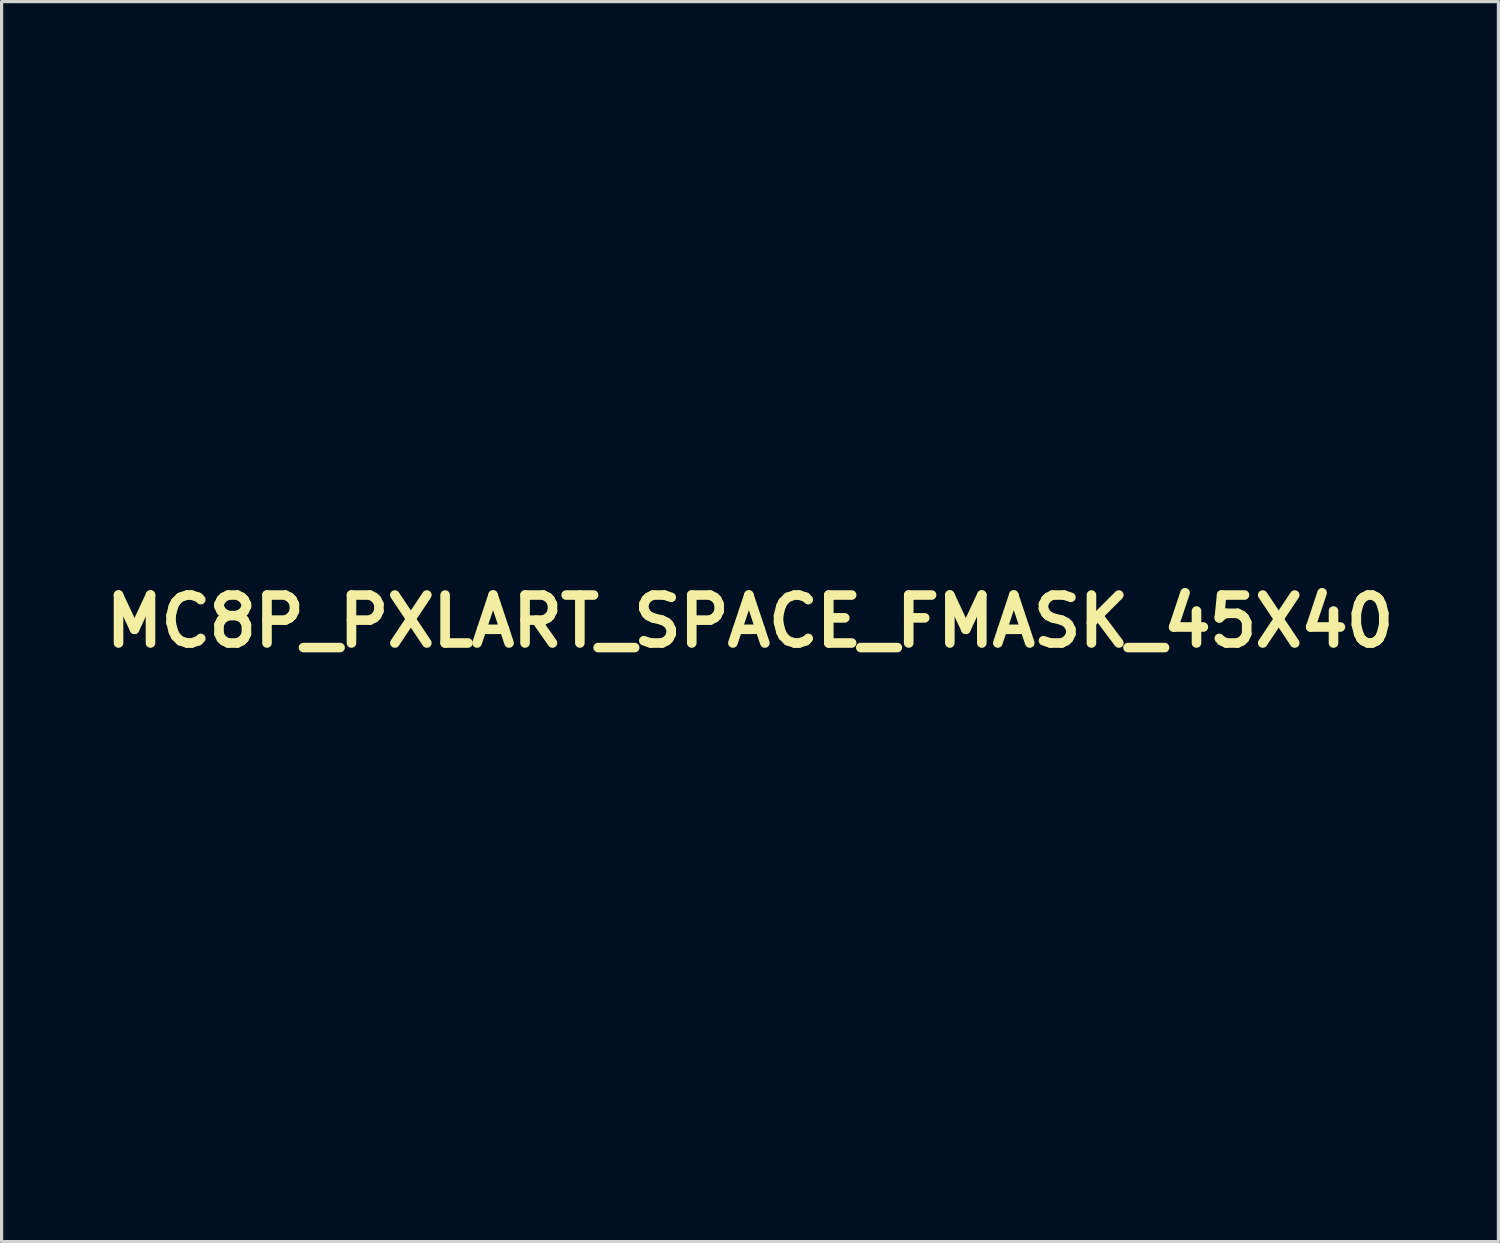
<source format=kicad_pcb>
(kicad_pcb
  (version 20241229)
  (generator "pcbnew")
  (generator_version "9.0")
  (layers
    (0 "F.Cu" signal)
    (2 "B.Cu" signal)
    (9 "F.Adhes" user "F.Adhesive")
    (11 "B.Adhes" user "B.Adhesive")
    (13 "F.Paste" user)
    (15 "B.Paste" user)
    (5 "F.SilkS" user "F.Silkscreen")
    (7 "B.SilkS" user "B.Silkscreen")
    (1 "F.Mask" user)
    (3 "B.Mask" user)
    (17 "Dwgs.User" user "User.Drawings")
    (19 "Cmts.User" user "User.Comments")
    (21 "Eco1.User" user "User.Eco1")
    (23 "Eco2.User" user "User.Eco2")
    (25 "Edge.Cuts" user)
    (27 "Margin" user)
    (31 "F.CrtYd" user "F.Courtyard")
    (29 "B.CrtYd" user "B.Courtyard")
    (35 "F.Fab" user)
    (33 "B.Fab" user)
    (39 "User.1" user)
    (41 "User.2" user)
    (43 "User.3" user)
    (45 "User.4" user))
  (footprint "MC8P_PXLART_SPACE_FMASK_45X40"
    (layer "F.Cu")
    (at 20.407 16.382)
    (property "Reference" "MC8P_PXLART_SPACE_FMASK_45X40" (at 0 0 0) (layer "F.SilkS") (effects (font (size 1.5 1.5) (thickness 0.3))))
    (attr board_only exclude_from_pos_files exclude_from_bom)
    (fp_poly (pts (xy -12.36 2.357) (xy -12.36 2.591) (xy -12.594 2.591) (xy -12.827 2.591) (xy -12.827 2.357) (xy -12.827 2.124) (xy -12.594 2.124) (xy -12.36 2.124)) (stroke (width 0) (type solid)) (fill yes) (layer "F.Mask"))
    (fp_poly (pts (xy -2.888 -13.231) (xy -2.888 -12.997) (xy -3.143 -12.997) (xy -3.398 -12.997) (xy -3.398 -13.231) (xy -3.398 -13.465) (xy -3.141 -13.465) (xy -2.888 -13.465)) (stroke (width 0) (type solid)) (fill yes) (layer "F.Mask"))
    (fp_poly (pts (xy -0.977 -13.231) (xy -0.977 -12.997) (xy -1.211 -12.997) (xy -1.444 -12.997) (xy -1.444 -13.231) (xy -1.444 -13.465) (xy -1.211 -13.465) (xy -0.977 -13.465)) (stroke (width 0) (type solid)) (fill yes) (layer "F.Mask"))
    (fp_poly (pts (xy -0.467 -8.856) (xy -0.467 -8.622) (xy -0.956 -8.622) (xy -1.444 -8.622) (xy -1.444 -8.856) (xy -1.444 -9.09) (xy -0.956 -9.09) (xy -0.467 -9.09)) (stroke (width 0) (type solid)) (fill yes) (layer "F.Mask"))
    (fp_poly (pts (xy 0.977 -7.178) (xy 0.977 -6.711) (xy 0.722 -6.711) (xy 0.467 -6.711) (xy 0.467 -7.178) (xy 0.467 -7.645) (xy 0.722 -7.645) (xy 0.977 -7.645)) (stroke (width 0) (type solid)) (fill yes) (layer "F.Mask"))
    (fp_poly (pts (xy 2.421 -14.208) (xy 2.421 -13.974) (xy 2.187 -13.974) (xy 1.954 -13.974) (xy 1.954 -14.208) (xy 1.954 -14.441) (xy 2.187 -14.441) (xy 2.421 -14.441)) (stroke (width 0) (type solid)) (fill yes) (layer "F.Mask"))
    (fp_poly (pts (xy 2.421 -11.298) (xy 2.421 -11.043) (xy 2.187 -11.043) (xy 1.954 -11.043) (xy 1.954 -11.298) (xy 1.954 -11.553) (xy 2.187 -11.553) (xy 2.421 -11.553)) (stroke (width 0) (type solid)) (fill yes) (layer "F.Mask"))
    (fp_poly (pts (xy 2.888 -8.867) (xy 2.888 -8.622) (xy 2.421 -8.622) (xy 1.954 -8.622) (xy 1.954 -8.853) (xy 1.954 -9.084) (xy 2.421 -9.098) (xy 2.888 -9.111)) (stroke (width 0) (type solid)) (fill yes) (layer "F.Mask"))
    (fp_poly (pts (xy 3.865 -12.742) (xy 3.865 -12.488) (xy 3.632 -12.488) (xy 3.398 -12.488) (xy 3.398 -12.742) (xy 3.398 -12.997) (xy 3.632 -12.997) (xy 3.865 -12.997)) (stroke (width 0) (type solid)) (fill yes) (layer "F.Mask"))
    (fp_poly (pts (xy 13.295 -10.343) (xy 13.295 -9.132) (xy 13.061 -9.132) (xy 12.827 -9.132) (xy 12.827 -10.347) (xy 12.827 -11.553) (xy 13.061 -11.553) (xy 13.295 -11.553)) (stroke (width 0) (type solid)) (fill yes) (layer "F.Mask"))
    (fp_poly (pts (xy -10.406 -11.789) (xy -10.406 -11.558) (xy -10.629 -11.545) (xy -10.852 -11.532) (xy -10.874 -11.298) (xy -10.895 -11.065) (xy -11.139 -11.052) (xy -11.383 -11.039) (xy -11.383 -11.53) (xy -11.383 -12.02) (xy -10.895 -12.02) (xy -10.406 -12.02)) (stroke (width 0) (type solid)) (fill yes) (layer "F.Mask"))
    (fp_poly (pts (xy -7.518 -9.599) (xy -7.518 -9.132) (xy -7.752 -9.132) (xy -7.985 -9.132) (xy -7.985 -8.877) (xy -7.985 -8.622) (xy -8.474 -8.622) (xy -8.962 -8.622) (xy -8.962 -9.344) (xy -8.962 -10.067) (xy -8.24 -10.067) (xy -7.518 -10.067)) (stroke (width 0) (type solid)) (fill yes) (layer "F.Mask"))
    (fp_poly (pts (xy 0.977 -12.745) (xy 0.977 -12.488) (xy 0.742 -12.488) (xy 0.582 -12.497) (xy 0.498 -12.528) (xy 0.484 -12.546) (xy 0.473 -12.623) (xy 0.473 -12.745) (xy 0.475 -12.791) (xy 0.488 -12.976) (xy 0.733 -12.989) (xy 0.977 -13.002)) (stroke (width 0) (type solid)) (fill yes) (layer "F.Mask"))
    (fp_poly (pts (xy 8.121 7.55) (xy 8.134 7.794) (xy 8.612 7.806) (xy 9.09 7.818) (xy 9.09 8.05) (xy 9.09 8.283) (xy 8.368 8.283) (xy 7.645 8.283) (xy 7.645 7.794) (xy 7.645 7.306) (xy 7.879 7.306) (xy 8.108 7.306)) (stroke (width 0) (type solid)) (fill yes) (layer "F.Mask"))
    (fp_poly (pts (xy 11.001 7.794) (xy 11.001 8.283) (xy 10.279 8.283) (xy 9.557 8.283) (xy 9.557 8.05) (xy 9.557 7.818) (xy 10.035 7.806) (xy 10.513 7.794) (xy 10.525 7.55) (xy 10.538 7.306) (xy 10.767 7.306) (xy 11.001 7.306)) (stroke (width 0) (type solid)) (fill yes) (layer "F.Mask"))
    (fp_poly (pts (xy -13.295 7.302) (xy -13.295 7.765) (xy -13.532 7.78) (xy -13.665 7.785) (xy -13.758 7.782) (xy -13.787 7.776) (xy -13.794 7.729) (xy -13.8 7.615) (xy -13.803 7.453) (xy -13.804 7.299) (xy -13.804 6.838) (xy -13.549 6.838) (xy -13.295 6.838)) (stroke (width 0) (type solid)) (fill yes) (layer "F.Mask"))
    (fp_poly (pts (xy 0.977 -10.555) (xy 0.977 -10.067) (xy 0.75 -10.067) (xy 0.618 -10.071) (xy 0.523 -10.084) (xy 0.496 -10.095) (xy 0.484 -10.147) (xy 0.475 -10.264) (xy 0.469 -10.43) (xy 0.467 -10.583) (xy 0.467 -11.043) (xy 0.722 -11.043) (xy 0.977 -11.043)) (stroke (width 0) (type solid)) (fill yes) (layer "F.Mask"))
    (fp_poly (pts (xy -2.88 -14.197) (xy -2.867 -13.953) (xy -2.644 -13.94) (xy -2.421 -13.927) (xy -2.421 -13.694) (xy -2.421 -13.465) (xy -2.655 -13.465) (xy -2.884 -13.465) (xy -2.897 -13.709) (xy -2.91 -13.953) (xy -3.387 -13.965) (xy -3.865 -13.977) (xy -3.865 -14.209) (xy -3.865 -14.441) (xy -3.377 -14.441) (xy -2.893 -14.441)) (stroke (width 0) (type solid)) (fill yes) (layer "F.Mask"))
    (fp_poly (pts (xy 8.962 -12.254) (xy 8.962 -12.02) (xy 8.474 -12.02) (xy 7.985 -12.02) (xy 7.985 -11.53) (xy 7.985 -11.043) (xy 7.752 -11.043) (xy 7.518 -11.043) (xy 7.518 -11.532) (xy 7.518 -12.02) (xy 7.752 -12.02) (xy 7.985 -12.02) (xy 7.985 -12.254) (xy 7.985 -12.488) (xy 8.474 -12.488) (xy 8.962 -12.488)) (stroke (width 0) (type solid)) (fill yes) (layer "F.Mask"))
    (fp_poly (pts (xy 9.429 -11.532) (xy 9.429 -11.043) (xy 9.196 -11.043) (xy 8.962 -11.043) (xy 8.962 -10.81) (xy 8.962 -10.576) (xy 8.474 -10.576) (xy 7.985 -10.576) (xy 7.985 -10.81) (xy 7.985 -11.039) (xy 8.23 -11.052) (xy 8.474 -11.065) (xy 8.478 -11.298) (xy 8.482 -11.532) (xy 8.722 -11.545) (xy 8.962 -11.557) (xy 8.962 -11.789) (xy 8.962 -12.02) (xy 9.196 -12.02) (xy 9.429 -12.02)) (stroke (width 0) (type solid)) (fill yes) (layer "F.Mask"))
    (fp_poly (pts (xy -0.467 -7.412) (xy -0.467 -7.178) (xy -0.234 -7.178) (xy -0.000001 -7.178) (xy -0.000001 -6.945) (xy -0.000001 -6.711) (xy -0.234 -6.711) (xy -0.467 -6.711) (xy -0.467 -6.456) (xy -0.467 -6.201) (xy -0.722 -6.201) (xy -0.977 -6.201) (xy -0.977 -6.456) (xy -0.977 -6.711) (xy -1.211 -6.711) (xy -1.444 -6.711) (xy -1.444 -6.945) (xy -1.444 -7.178) (xy -1.211 -7.178) (xy -0.977 -7.178) (xy -0.977 -7.412) (xy -0.977 -7.645) (xy -0.722 -7.645) (xy -0.467 -7.645)) (stroke (width 0) (type solid)) (fill yes) (layer "F.Mask"))
    (fp_poly (pts (xy 2.421 -13.231) (xy 2.421 -12.997) (xy 2.655 -12.997) (xy 2.888 -12.997) (xy 2.888 -12.742) (xy 2.888 -12.488) (xy 2.655 -12.488) (xy 2.421 -12.488) (xy 2.421 -12.254) (xy 2.421 -12.02) (xy 2.187 -12.02) (xy 1.954 -12.02) (xy 1.954 -12.254) (xy 1.954 -12.488) (xy 1.699 -12.488) (xy 1.444 -12.488) (xy 1.444 -12.742) (xy 1.444 -12.997) (xy 1.699 -12.997) (xy 1.954 -12.997) (xy 1.954 -13.231) (xy 1.954 -13.465) (xy 2.187 -13.465) (xy 2.421 -13.465)) (stroke (width 0) (type solid)) (fill yes) (layer "F.Mask"))
    (fp_poly (pts (xy 14.28 7.55) (xy 14.293 7.794) (xy 14.529 7.815) (xy 14.764 7.837) (xy 14.776 8.06) (xy 14.788 8.283) (xy 14.532 8.283) (xy 14.276 8.283) (xy 14.263 8.038) (xy 14.25 7.794) (xy 14.038 7.794) (xy 13.826 7.794) (xy 13.813 8.038) (xy 13.8 8.283) (xy 13.547 8.283) (xy 13.295 8.283) (xy 13.295 8.051) (xy 13.295 7.82) (xy 13.539 7.807) (xy 13.783 7.794) (xy 13.796 7.55) (xy 13.809 7.306) (xy 14.04 7.306) (xy 14.267 7.306)) (stroke (width 0) (type solid)) (fill yes) (layer "F.Mask"))
    (fp_poly (pts (xy 17.202 7.561) (xy 17.202 7.815) (xy 17.436 7.815) (xy 17.67 7.815) (xy 17.67 8.049) (xy 17.67 8.283) (xy 17.438 8.283) (xy 17.207 8.283) (xy 17.194 8.038) (xy 17.181 7.794) (xy 16.947 7.794) (xy 16.714 7.794) (xy 16.701 8.038) (xy 16.688 8.283) (xy 16.457 8.283) (xy 16.225 8.283) (xy 16.225 8.051) (xy 16.225 7.82) (xy 16.448 7.807) (xy 16.671 7.794) (xy 16.684 7.55) (xy 16.697 7.306) (xy 16.947 7.306) (xy 17.202 7.306)) (stroke (width 0) (type solid)) (fill yes) (layer "F.Mask"))
    (fp_poly (pts (xy -1.954 -15.645) (xy -1.954 -14.909) (xy -2.187 -14.909) (xy -2.421 -14.909) (xy -2.421 -14.675) (xy -2.421 -14.441) (xy -2.657 -14.441) (xy -2.888 -14.441) (xy -2.888 -14.673) (xy -2.888 -14.904) (xy -3.133 -14.917) (xy -3.377 -14.93) (xy -3.377 -15.164) (xy -3.377 -15.397) (xy -3.143 -15.397) (xy -2.91 -15.397) (xy -2.897 -15.153) (xy -2.884 -14.909) (xy -2.653 -14.909) (xy -2.421 -14.909) (xy -2.421 -15.631) (xy -2.42 -15.895) (xy -2.418 -16.086) (xy -2.411 -16.216) (xy -2.401 -16.296) (xy -2.384 -16.338) (xy -2.361 -16.354) (xy -2.347 -16.355) (xy -2.255 -16.36) (xy -2.13 -16.369) (xy -2.113 -16.37) (xy -1.954 -16.382)) (stroke (width 0) (type solid)) (fill yes) (layer "F.Mask"))
    (fp_poly (pts (xy -4.842 -5.479) (xy -4.842 -5.224) (xy -4.598 -5.224) (xy -4.354 -5.225) (xy -4.368 -4.991) (xy -4.383 -4.757) (xy -4.612 -4.757) (xy -4.842 -4.757) (xy -4.842 -4.524) (xy -4.842 -4.29) (xy -5.076 -4.29) (xy -5.309 -4.29) (xy -5.309 -4.524) (xy -5.309 -4.757) (xy -5.564 -4.757) (xy -5.819 -4.757) (xy -5.819 -4.989) (xy -5.819 -4.991) (xy -5.309 -4.991) (xy -5.309 -4.757) (xy -5.076 -4.757) (xy -4.842 -4.757) (xy -4.842 -4.991) (xy -4.842 -5.224) (xy -5.076 -5.224) (xy -5.309 -5.224) (xy -5.309 -4.991) (xy -5.819 -4.991) (xy -5.819 -5.22) (xy -5.575 -5.233) (xy -5.331 -5.246) (xy -5.318 -5.49) (xy -5.305 -5.734) (xy -5.074 -5.734) (xy -4.842 -5.734)) (stroke (width 0) (type solid)) (fill yes) (layer "F.Mask"))
    (fp_poly (pts (xy 0.977 -9.344) (xy 0.977 -9.09) (xy 1.211 -9.09) (xy 1.444 -9.09) (xy 1.444 -8.856) (xy 1.444 -8.622) (xy 1.211 -8.622) (xy 0.981 -8.622) (xy 0.968 -8.867) (xy 0.956 -9.111) (xy 0.722 -9.111) (xy 0.488 -9.111) (xy 0.475 -8.925) (xy 0.47 -8.769) (xy 0.494 -8.678) (xy 0.563 -8.635) (xy 0.692 -8.623) (xy 0.744 -8.622) (xy 0.977 -8.622) (xy 0.977 -8.389) (xy 0.977 -8.155) (xy 0.722 -8.155) (xy 0.467 -8.155) (xy 0.467 -8.389) (xy 0.467 -8.622) (xy 0.234 -8.622) (xy -0.000001 -8.622) (xy -0.000001 -8.856) (xy -0.000001 -9.09) (xy 0.234 -9.09) (xy 0.467 -9.09) (xy 0.467 -9.344) (xy 0.467 -9.599) (xy 0.722 -9.599) (xy 0.977 -9.599)) (stroke (width 0) (type solid)) (fill yes) (layer "F.Mask"))
    (fp_poly (pts (xy 11.383 -10.321) (xy 11.383 -10.067) (xy 10.661 -10.067) (xy 9.939 -10.067) (xy 9.939 -9.344) (xy 9.939 -8.622) (xy 10.404 -8.622) (xy 10.869 -8.622) (xy 10.882 -8.864) (xy 10.895 -9.106) (xy 11.139 -9.095) (xy 11.383 -9.083) (xy 11.383 -9.575) (xy 11.383 -10.067) (xy 11.617 -10.067) (xy 11.851 -10.067) (xy 11.851 -9.344) (xy 11.851 -8.622) (xy 11.617 -8.622) (xy 11.383 -8.622) (xy 11.383 -8.389) (xy 11.383 -8.155) (xy 10.661 -8.155) (xy 9.939 -8.155) (xy 9.939 -8.389) (xy 9.939 -8.622) (xy 9.684 -8.622) (xy 9.429 -8.622) (xy 9.429 -9.342) (xy 9.429 -10.062) (xy 9.674 -10.075) (xy 9.918 -10.088) (xy 9.931 -10.332) (xy 9.943 -10.576) (xy 10.663 -10.576) (xy 11.383 -10.576)) (stroke (width 0) (type solid)) (fill yes) (layer "F.Mask"))
    (fp_poly (pts (xy -0.977 -15.164) (xy -0.977 -14.909) (xy -1.211 -14.909) (xy -1.444 -14.909) (xy -1.444 -14.675) (xy -1.444 -14.441) (xy -0.956 -14.441) (xy -0.467 -14.441) (xy -0.467 -14.208) (xy -0.467 -13.974) (xy -0.956 -13.974) (xy -1.444 -13.974) (xy -1.444 -13.719) (xy -1.444 -13.465) (xy -1.699 -13.465) (xy -1.954 -13.465) (xy -1.954 -12.742) (xy -1.954 -12.02) (xy -2.187 -12.02) (xy -2.421 -12.02) (xy -2.421 -12.742) (xy -2.421 -13.46) (xy -2.177 -13.473) (xy -1.933 -13.486) (xy -1.933 -13.698) (xy -1.933 -13.911) (xy -1.699 -13.932) (xy -1.465 -13.953) (xy -1.453 -14.197) (xy -1.44 -14.441) (xy -1.686 -14.441) (xy -1.933 -14.441) (xy -1.918 -14.675) (xy -1.904 -14.909) (xy -1.674 -14.909) (xy -1.444 -14.909) (xy -1.444 -15.164) (xy -1.444 -15.418) (xy -1.211 -15.418) (xy -0.977 -15.418)) (stroke (width 0) (type solid)) (fill yes) (layer "F.Mask"))
    (fp_poly (pts (xy 7.624 5.617) (xy 7.624 5.84) (xy 7.868 5.853) (xy 8.113 5.866) (xy 8.113 5.63) (xy 8.113 5.394) (xy 9.323 5.394) (xy 10.534 5.394) (xy 10.534 5.628) (xy 10.534 5.862) (xy 10.767 5.862) (xy 11.001 5.862) (xy 11.001 5.628) (xy 11.001 5.394) (xy 11.256 5.394) (xy 11.511 5.394) (xy 11.511 5.628) (xy 11.511 5.862) (xy 11.256 5.862) (xy 11.001 5.862) (xy 11.001 6.35) (xy 11.001 6.838) (xy 10.767 6.838) (xy 10.534 6.838) (xy 10.534 7.072) (xy 10.534 7.306) (xy 9.323 7.306) (xy 8.113 7.306) (xy 8.113 7.072) (xy 8.113 6.838) (xy 7.88 6.838) (xy 7.648 6.838) (xy 7.636 6.361) (xy 7.636 6.35) (xy 8.58 6.35) (xy 8.58 6.838) (xy 8.835 6.838) (xy 9.09 6.838) (xy 9.09 6.35) (xy 9.09 6.095) (xy 9.557 6.095) (xy 9.557 6.329) (xy 9.812 6.329) (xy 10.067 6.329) (xy 10.067 6.095) (xy 10.067 5.862) (xy 9.812 5.862) (xy 9.557 5.862) (xy 9.557 6.095) (xy 9.09 6.095) (xy 9.09 5.862) (xy 8.835 5.862) (xy 8.58 5.862) (xy 8.58 6.35) (xy 7.636 6.35) (xy 7.624 5.883) (xy 7.38 5.87) (xy 7.136 5.857) (xy 7.136 5.626) (xy 7.136 5.394) (xy 7.38 5.394) (xy 7.624 5.394)) (stroke (width 0) (type solid)) (fill yes) (layer "F.Mask"))
    (fp_poly (pts (xy 14.28 5.129) (xy 14.293 5.373) (xy 15.493 5.384) (xy 16.693 5.396) (xy 16.693 5.14) (xy 16.693 4.885) (xy 16.947 4.885) (xy 17.202 4.885) (xy 17.202 5.143) (xy 17.202 5.4) (xy 16.958 5.389) (xy 16.714 5.378) (xy 16.701 5.62) (xy 16.688 5.862) (xy 16.945 5.862) (xy 17.202 5.862) (xy 17.202 6.35) (xy 17.202 6.838) (xy 16.947 6.838) (xy 16.693 6.838) (xy 16.693 7.072) (xy 16.693 7.306) (xy 15.482 7.306) (xy 14.272 7.306) (xy 14.272 7.072) (xy 14.272 6.838) (xy 14.038 6.838) (xy 13.804 6.838) (xy 13.804 6.35) (xy 14.781 6.35) (xy 14.781 6.838) (xy 15.015 6.838) (xy 15.248 6.838) (xy 15.248 6.35) (xy 15.248 6.322) (xy 15.716 6.322) (xy 15.718 6.512) (xy 15.725 6.669) (xy 15.735 6.775) (xy 15.744 6.81) (xy 15.799 6.826) (xy 15.911 6.836) (xy 15.999 6.838) (xy 16.225 6.838) (xy 16.225 6.35) (xy 16.225 5.862) (xy 15.971 5.862) (xy 15.716 5.862) (xy 15.716 6.322) (xy 15.248 6.322) (xy 15.248 5.862) (xy 15.015 5.862) (xy 14.781 5.862) (xy 14.781 6.35) (xy 13.804 6.35) (xy 13.804 5.862) (xy 14.04 5.862) (xy 14.276 5.862) (xy 14.263 5.619) (xy 14.25 5.377) (xy 14.027 5.389) (xy 13.804 5.401) (xy 13.804 5.143) (xy 13.804 4.885) (xy 14.036 4.885) (xy 14.267 4.885)) (stroke (width 0) (type solid)) (fill yes) (layer "F.Mask"))
    (fp_poly (pts (xy 3.398 5.628) (xy 3.398 5.862) (xy 3.632 5.862) (xy 3.865 5.862) (xy 3.865 6.095) (xy 3.865 6.329) (xy 4.354 6.329) (xy 4.842 6.329) (xy 4.842 6.095) (xy 4.842 5.862) (xy 5.076 5.862) (xy 5.309 5.862) (xy 5.309 6.35) (xy 5.309 6.838) (xy 5.076 6.838) (xy 4.842 6.838) (xy 4.842 7.072) (xy 4.842 7.306) (xy 4.609 7.306) (xy 4.375 7.306) (xy 4.375 7.794) (xy 4.375 8.283) (xy 3.886 8.283) (xy 3.398 8.283) (xy 3.398 8.049) (xy 3.398 7.815) (xy 3.632 7.815) (xy 3.865 7.815) (xy 3.865 7.559) (xy 3.865 7.303) (xy 3.387 7.315) (xy 2.91 7.327) (xy 2.898 7.805) (xy 2.886 8.283) (xy 2.42 8.283) (xy 1.954 8.283) (xy 1.954 8.049) (xy 1.954 7.815) (xy 2.187 7.815) (xy 2.421 7.815) (xy 2.421 7.561) (xy 2.421 7.306) (xy 1.933 7.306) (xy 1.444 7.306) (xy 1.444 7.072) (xy 1.444 6.838) (xy 1.933 6.838) (xy 2.421 6.838) (xy 2.421 6.584) (xy 2.421 6.333) (xy 2.665 6.32) (xy 2.91 6.308) (xy 2.91 6.095) (xy 2.91 5.883) (xy 2.665 5.87) (xy 2.421 5.857) (xy 2.421 6.095) (xy 2.421 6.329) (xy 1.699 6.329) (xy 0.977 6.329) (xy 0.977 6.095) (xy 0.977 5.862) (xy 1.465 5.862) (xy 1.954 5.862) (xy 1.954 5.628) (xy 1.954 5.394) (xy 2.676 5.394) (xy 3.398 5.394)) (stroke (width 0) (type solid)) (fill yes) (layer "F.Mask"))
    (fp_poly (pts (xy -6.541 10.807) (xy -6.541 11.038) (xy -6.085 11.051) (xy -5.881 11.055) (xy -5.62 11.057) (xy -5.327 11.056) (xy -5.03 11.053) (xy -4.874 11.051) (xy -4.12 11.037) (xy -4.12 10.806) (xy -4.12 10.576) (xy -3.886 10.576) (xy -3.653 10.576) (xy -3.653 10.808) (xy -3.653 11.039) (xy -3.876 11.052) (xy -4.099 11.065) (xy -4.11 11.797) (xy -4.122 12.53) (xy -4.355 12.53) (xy -4.587 12.53) (xy -4.587 12.764) (xy -4.587 12.997) (xy -4.12 12.997) (xy -3.653 12.997) (xy -3.653 13.974) (xy -3.653 14.951) (xy -3.886 14.951) (xy -4.12 14.951) (xy -4.12 14.463) (xy -4.12 13.974) (xy -4.354 13.974) (xy -4.587 13.974) (xy -4.587 15.187) (xy -4.587 16.4) (xy -4.832 16.387) (xy -5.076 16.374) (xy -5.087 15.663) (xy -5.099 14.951) (xy -5.332 14.951) (xy -5.564 14.951) (xy -5.564 15.673) (xy -5.564 16.395) (xy -5.798 16.395) (xy -6.031 16.395) (xy -6.031 15.185) (xy -6.031 13.974) (xy -6.286 13.974) (xy -6.541 13.974) (xy -6.541 14.463) (xy -6.541 14.951) (xy -6.775 14.951) (xy -7.008 14.951) (xy -7.008 13.974) (xy -7.008 12.997) (xy -6.52 12.997) (xy -6.031 12.997) (xy -6.031 12.764) (xy -6.031 12.53) (xy -6.285 12.53) (xy -6.539 12.53) (xy -6.551 11.797) (xy -6.551 11.787) (xy -6.031 11.787) (xy -6.031 12.02) (xy -5.309 12.02) (xy -4.587 12.02) (xy -4.587 11.787) (xy -4.587 11.553) (xy -5.309 11.553) (xy -6.031 11.553) (xy -6.031 11.787) (xy -6.551 11.787) (xy -6.562 11.065) (xy -6.785 11.052) (xy -7.008 11.039) (xy -7.008 10.808) (xy -7.008 10.576) (xy -6.775 10.576) (xy -6.541 10.576)) (stroke (width 0) (type solid)) (fill yes) (layer "F.Mask"))
    (fp_poly (pts (xy 16.225 11.065) (xy 16.225 11.553) (xy 16.459 11.553) (xy 16.693 11.553) (xy 16.693 12.997) (xy 16.693 14.441) (xy 16.947 14.441) (xy 17.202 14.441) (xy 17.202 14.696) (xy 17.202 14.951) (xy 17.436 14.951) (xy 17.67 14.951) (xy 17.67 15.673) (xy 17.67 16.395) (xy 17.438 16.395) (xy 17.207 16.395) (xy 17.194 16.151) (xy 17.181 15.907) (xy 16.937 15.894) (xy 16.693 15.881) (xy 16.693 15.65) (xy 16.693 15.418) (xy 16.459 15.418) (xy 16.225 15.418) (xy 16.225 15.909) (xy 16.225 16.4) (xy 15.981 16.387) (xy 15.737 16.374) (xy 15.725 15.896) (xy 15.713 15.418) (xy 15.481 15.418) (xy 15.248 15.418) (xy 15.248 15.652) (xy 15.248 15.886) (xy 15.015 15.886) (xy 14.781 15.886) (xy 14.781 16.14) (xy 14.781 16.395) (xy 14.526 16.395) (xy 14.272 16.395) (xy 14.272 15.675) (xy 14.272 14.955) (xy 14.516 14.943) (xy 14.76 14.93) (xy 14.773 14.686) (xy 14.786 14.441) (xy 15.017 14.441) (xy 15.248 14.441) (xy 15.248 13.828) (xy 15.719 13.828) (xy 15.743 13.919) (xy 15.811 13.962) (xy 15.941 13.974) (xy 15.993 13.974) (xy 16.23 13.974) (xy 16.217 13.73) (xy 16.204 13.486) (xy 15.971 13.486) (xy 15.737 13.486) (xy 15.724 13.671) (xy 15.719 13.828) (xy 15.248 13.828) (xy 15.248 12.997) (xy 15.248 12.764) (xy 15.716 12.764) (xy 15.716 12.997) (xy 15.971 12.997) (xy 16.225 12.997) (xy 16.225 12.764) (xy 16.225 12.53) (xy 15.971 12.53) (xy 15.716 12.53) (xy 15.716 12.764) (xy 15.248 12.764) (xy 15.248 11.553) (xy 15.482 11.553) (xy 15.716 11.553) (xy 15.716 11.065) (xy 15.716 10.576) (xy 15.971 10.576) (xy 16.225 10.576)) (stroke (width 0) (type solid)) (fill yes) (layer "F.Mask"))
    (fp_poly (pts (xy -9.939 10.808) (xy -9.939 11.039) (xy -9.695 11.052) (xy -9.451 11.065) (xy -9.439 11.797) (xy -9.427 12.53) (xy -9.683 12.53) (xy -9.939 12.53) (xy -9.939 12.764) (xy -9.939 12.997) (xy -9.451 12.997) (xy -8.962 12.997) (xy -8.962 13.974) (xy -8.962 14.951) (xy -9.196 14.951) (xy -9.429 14.951) (xy -9.429 14.463) (xy -9.429 13.974) (xy -9.684 13.974) (xy -9.939 13.974) (xy -9.939 14.928) (xy -9.939 15.881) (xy -9.695 15.894) (xy -9.451 15.907) (xy -9.438 16.151) (xy -9.425 16.395) (xy -9.916 16.395) (xy -10.406 16.395) (xy -10.406 15.673) (xy -10.406 14.951) (xy -10.639 14.951) (xy -10.872 14.951) (xy -10.883 15.663) (xy -10.895 16.374) (xy -11.373 16.386) (xy -11.851 16.398) (xy -11.851 16.142) (xy -11.851 15.886) (xy -11.617 15.886) (xy -11.383 15.886) (xy -11.383 14.93) (xy -11.383 13.974) (xy -11.615 13.974) (xy -11.848 13.974) (xy -11.86 14.452) (xy -11.872 14.93) (xy -12.105 14.93) (xy -12.339 14.93) (xy -12.35 13.964) (xy -12.362 12.997) (xy -11.873 12.997) (xy -11.383 12.997) (xy -11.383 12.764) (xy -11.383 12.53) (xy -11.617 12.53) (xy -11.851 12.53) (xy -11.851 11.787) (xy -11.383 11.787) (xy -11.383 12.02) (xy -11.128 12.02) (xy -10.874 12.02) (xy -10.874 11.787) (xy -10.406 11.787) (xy -10.406 12.02) (xy -10.173 12.02) (xy -9.939 12.02) (xy -9.939 11.787) (xy -9.939 11.553) (xy -10.173 11.553) (xy -10.406 11.553) (xy -10.406 11.787) (xy -10.874 11.787) (xy -10.874 11.553) (xy -11.128 11.553) (xy -11.383 11.553) (xy -11.383 11.787) (xy -11.851 11.787) (xy -11.851 11.043) (xy -11.617 11.043) (xy -11.383 11.043) (xy -11.383 10.81) (xy -11.383 10.576) (xy -10.661 10.576) (xy -9.939 10.576)) (stroke (width 0) (type solid)) (fill yes) (layer "F.Mask"))
    (fp_poly (pts (xy -16.225 10.81) (xy -16.225 11.043) (xy -15.971 11.043) (xy -15.716 11.043) (xy -15.716 10.81) (xy -15.716 10.576) (xy -15.482 10.576) (xy -15.248 10.576) (xy -15.248 10.81) (xy -15.248 11.043) (xy -15.015 11.043) (xy -14.781 11.043) (xy -14.781 11.787) (xy -14.781 12.53) (xy -15.015 12.53) (xy -15.248 12.53) (xy -15.248 12.764) (xy -15.248 12.997) (xy -14.759 12.997) (xy -14.27 12.997) (xy -14.281 13.964) (xy -14.293 14.93) (xy -14.521 14.93) (xy -14.749 14.93) (xy -14.742 14.452) (xy -14.734 13.974) (xy -14.991 13.974) (xy -15.248 13.974) (xy -15.248 14.93) (xy -15.248 15.886) (xy -15.015 15.886) (xy -14.781 15.886) (xy -14.781 16.14) (xy -14.781 16.395) (xy -15.248 16.395) (xy -15.716 16.395) (xy -15.716 15.673) (xy -15.716 14.951) (xy -15.971 14.951) (xy -16.225 14.951) (xy -16.225 15.673) (xy -16.225 16.395) (xy -16.694 16.395) (xy -16.912 16.393) (xy -17.058 16.384) (xy -17.144 16.368) (xy -17.182 16.342) (xy -17.185 16.336) (xy -17.196 16.259) (xy -17.197 16.138) (xy -17.194 16.092) (xy -17.181 15.907) (xy -16.937 15.894) (xy -16.693 15.881) (xy -16.693 14.928) (xy -16.693 13.974) (xy -16.947 13.974) (xy -17.202 13.974) (xy -17.202 14.463) (xy -17.202 14.951) (xy -17.436 14.951) (xy -17.67 14.951) (xy -17.67 13.974) (xy -17.67 12.997) (xy -17.181 12.997) (xy -16.693 12.997) (xy -16.693 12.766) (xy -16.693 12.534) (xy -16.937 12.522) (xy -17.181 12.509) (xy -17.181 11.787) (xy -16.225 11.787) (xy -16.225 12.02) (xy -15.971 12.02) (xy -15.716 12.02) (xy -15.716 11.787) (xy -15.716 11.553) (xy -15.971 11.553) (xy -16.225 11.553) (xy -16.225 11.787) (xy -17.181 11.787) (xy -17.181 11.065) (xy -16.937 11.052) (xy -16.693 11.039) (xy -16.693 10.808) (xy -16.693 10.576) (xy -16.459 10.576) (xy -16.225 10.576)) (stroke (width 0) (type solid)) (fill yes) (layer "F.Mask"))
    (fp_poly (pts (xy 10.874 11.065) (xy 10.874 11.553) (xy 11.128 11.553) (xy 11.383 11.553) (xy 11.383 11.787) (xy 11.383 12.02) (xy 11.616 12.02) (xy 11.849 12.02) (xy 11.861 13.475) (xy 11.872 14.93) (xy 12.116 14.943) (xy 12.36 14.955) (xy 12.36 15.675) (xy 12.36 16.395) (xy 12.105 16.395) (xy 11.851 16.395) (xy 11.851 16.14) (xy 11.851 15.886) (xy 11.617 15.886) (xy 11.383 15.886) (xy 11.383 15.652) (xy 11.383 15.418) (xy 11.128 15.418) (xy 10.874 15.418) (xy 10.874 15.907) (xy 10.874 16.395) (xy 10.64 16.395) (xy 10.406 16.395) (xy 10.406 15.907) (xy 10.406 15.418) (xy 10.173 15.418) (xy 9.939 15.418) (xy 9.939 15.65) (xy 9.939 15.881) (xy 9.695 15.894) (xy 9.451 15.907) (xy 9.438 16.151) (xy 9.425 16.395) (xy 9.194 16.395) (xy 8.962 16.395) (xy 8.962 15.673) (xy 8.962 14.951) (xy 9.196 14.951) (xy 9.429 14.951) (xy 9.429 14.697) (xy 9.939 14.697) (xy 9.939 14.953) (xy 10.651 14.942) (xy 11.362 14.93) (xy 11.375 14.686) (xy 11.388 14.441) (xy 10.663 14.441) (xy 9.939 14.441) (xy 9.939 14.697) (xy 9.429 14.697) (xy 9.429 13.718) (xy 9.939 13.718) (xy 9.939 13.974) (xy 10.663 13.974) (xy 11.388 13.974) (xy 11.375 13.73) (xy 11.362 13.486) (xy 10.651 13.474) (xy 9.939 13.462) (xy 9.939 13.718) (xy 9.429 13.718) (xy 9.429 13.486) (xy 9.429 12.764) (xy 9.939 12.764) (xy 9.939 12.997) (xy 10.661 12.997) (xy 11.383 12.997) (xy 11.383 12.764) (xy 11.383 12.53) (xy 10.661 12.53) (xy 9.939 12.53) (xy 9.939 12.764) (xy 9.429 12.764) (xy 9.429 12.02) (xy 9.684 12.02) (xy 9.939 12.02) (xy 9.939 11.787) (xy 9.939 11.553) (xy 10.173 11.553) (xy 10.406 11.553) (xy 10.406 11.065) (xy 10.406 10.576) (xy 10.64 10.576) (xy 10.874 10.576)) (stroke (width 0) (type solid)) (fill yes) (layer "F.Mask"))
    (fp_poly (pts (xy 6.531 -0.799) (xy 6.775 -0.786) (xy 6.781 -0.319) (xy 6.787 0.149) (xy 7.025 0.161) (xy 7.263 0.174) (xy 7.263 -0.062) (xy 7.263 -0.297) (xy 7.497 -0.297) (xy 7.73 -0.297) (xy 7.73 -0.064) (xy 7.73 0.17) (xy 7.985 0.17) (xy 8.24 0.17) (xy 8.24 -0.319) (xy 8.24 -0.807) (xy 8.474 -0.807) (xy 8.707 -0.807) (xy 8.707 -0.552) (xy 8.707 -0.297) (xy 8.962 -0.297) (xy 9.217 -0.297) (xy 9.217 -0.064) (xy 9.217 0.17) (xy 9.449 0.17) (xy 9.68 0.17) (xy 9.693 0.412) (xy 9.706 0.655) (xy 9.929 0.643) (xy 10.152 0.631) (xy 10.152 0.889) (xy 10.152 1.147) (xy 9.684 1.147) (xy 9.217 1.147) (xy 9.217 1.378) (xy 9.217 1.61) (xy 8.973 1.623) (xy 8.729 1.635) (xy 8.716 1.88) (xy 8.703 2.124) (xy 8.474 2.124) (xy 8.244 2.124) (xy 8.232 1.88) (xy 8.219 1.635) (xy 7.975 1.623) (xy 7.73 1.61) (xy 7.73 2.1) (xy 7.73 2.591) (xy 7.497 2.591) (xy 7.263 2.591) (xy 7.263 2.103) (xy 7.263 1.614) (xy 7.03 1.614) (xy 6.796 1.614) (xy 6.791 1.795) (xy 6.787 1.923) (xy 6.782 2.021) (xy 6.78 2.039) (xy 6.751 2.079) (xy 6.662 2.104) (xy 6.531 2.115) (xy 6.286 2.128) (xy 6.286 1.871) (xy 6.286 1.614) (xy 6.053 1.614) (xy 5.819 1.614) (xy 5.819 1.38) (xy 5.819 1.147) (xy 5.331 1.147) (xy 4.842 1.147) (xy 4.842 0.892) (xy 7.263 0.892) (xy 7.263 1.147) (xy 7.497 1.147) (xy 7.73 1.147) (xy 7.73 0.892) (xy 7.73 0.637) (xy 7.497 0.637) (xy 7.263 0.637) (xy 7.263 0.892) (xy 4.842 0.892) (xy 4.842 0.637) (xy 5.076 0.637) (xy 5.309 0.637) (xy 5.309 0.404) (xy 5.309 0.17) (xy 5.564 0.17) (xy 5.819 0.17) (xy 5.819 -0.064) (xy 5.819 -0.297) (xy 6.053 -0.297) (xy 6.286 -0.297) (xy 6.286 -0.554) (xy 6.286 -0.811)) (stroke (width 0) (type solid)) (fill yes) (layer "F.Mask"))
    (fp_poly (pts (xy 0.722 10.81) (xy 0.722 11.043) (xy 0.956 11.043) (xy 1.189 11.043) (xy 1.189 11.787) (xy 1.189 12.53) (xy 0.956 12.53) (xy 0.722 12.53) (xy 0.722 12.764) (xy 0.722 12.997) (xy 1.211 12.997) (xy 1.699 12.997) (xy 1.699 13.976) (xy 1.699 14.955) (xy 1.46 14.943) (xy 1.221 14.93) (xy 1.229 14.452) (xy 1.236 13.974) (xy 0.979 13.974) (xy 0.722 13.974) (xy 0.722 14.93) (xy 0.722 15.886) (xy 0.839 15.892) (xy 0.978 15.894) (xy 1.072 15.889) (xy 1.137 15.888) (xy 1.172 15.91) (xy 1.186 15.974) (xy 1.189 16.1) (xy 1.189 16.138) (xy 1.189 16.395) (xy 0.722 16.395) (xy 0.255 16.395) (xy 0.255 15.673) (xy 0.255 14.951) (xy -0.000001 14.951) (xy -0.255 14.951) (xy -0.255 15.673) (xy -0.255 16.395) (xy -0.722 16.395) (xy -1.189 16.395) (xy -1.189 16.14) (xy -1.189 15.886) (xy -0.956 15.886) (xy -0.722 15.886) (xy -0.722 14.928) (xy -0.722 13.97) (xy -0.966 13.983) (xy -1.211 13.995) (xy -1.217 14.463) (xy -1.223 14.93) (xy -1.461 14.943) (xy -1.699 14.955) (xy -1.699 13.976) (xy -1.699 12.997) (xy -1.211 12.997) (xy -0.722 12.997) (xy -0.722 12.764) (xy -0.722 12.53) (xy -0.956 12.53) (xy -1.189 12.53) (xy -1.189 11.787) (xy -0.722 11.787) (xy -0.722 12.02) (xy -0.488 12.02) (xy -0.255 12.02) (xy -0.255 12.247) (xy -0.25 12.38) (xy -0.236 12.475) (xy -0.225 12.504) (xy -0.168 12.519) (xy -0.057 12.524) (xy 0.02 12.521) (xy 0.234 12.509) (xy 0.246 12.265) (xy 0.259 12.02) (xy 0.491 12.02) (xy 0.722 12.02) (xy 0.722 11.787) (xy 0.722 11.553) (xy 0.488 11.553) (xy 0.255 11.553) (xy 0.255 11.787) (xy 0.255 12.02) (xy -0.000001 12.02) (xy -0.255 12.02) (xy -0.255 11.787) (xy -0.255 11.553) (xy -0.488 11.553) (xy -0.722 11.553) (xy -0.722 11.787) (xy -1.189 11.787) (xy -1.189 11.043) (xy -0.956 11.043) (xy -0.722 11.043) (xy -0.722 10.81) (xy -0.722 10.576) (xy -0.000001 10.576) (xy 0.722 10.576)) (stroke (width 0) (type solid)) (fill yes) (layer "F.Mask"))
    (fp_poly (pts (xy -16.225 5.139) (xy -16.225 5.394) (xy -15.971 5.394) (xy -15.716 5.394) (xy -15.716 5.628) (xy -15.716 5.862) (xy -15.482 5.862) (xy -15.248 5.862) (xy -15.248 5.63) (xy -15.248 5.399) (xy -15.004 5.386) (xy -14.76 5.373) (xy -14.747 5.129) (xy -14.735 4.885) (xy -14.503 4.885) (xy -14.272 4.885) (xy -14.272 5.139) (xy -14.272 5.394) (xy -14.526 5.394) (xy -14.781 5.394) (xy -14.781 5.628) (xy -14.781 5.862) (xy -14.526 5.862) (xy -14.272 5.862) (xy -14.272 6.095) (xy -14.272 6.329) (xy -14.038 6.329) (xy -13.804 6.329) (xy -13.804 6.584) (xy -13.804 6.838) (xy -14.038 6.838) (xy -14.272 6.838) (xy -14.272 7.07) (xy -14.272 7.301) (xy -14.516 7.314) (xy -14.76 7.327) (xy -14.772 7.805) (xy -14.784 8.283) (xy -15.016 8.283) (xy -15.248 8.283) (xy -15.248 7.794) (xy -15.248 7.306) (xy -15.482 7.306) (xy -15.716 7.306) (xy -15.716 7.794) (xy -15.716 8.283) (xy -15.971 8.283) (xy -16.225 8.283) (xy -16.225 7.794) (xy -16.225 7.306) (xy -16.459 7.306) (xy -16.693 7.306) (xy -16.693 7.072) (xy -16.693 6.838) (xy -16.947 6.838) (xy -17.202 6.838) (xy -17.202 7.316) (xy -17.202 7.794) (xy -17.436 7.78) (xy -17.67 7.765) (xy -17.67 7.302) (xy -17.67 6.838) (xy -17.438 6.838) (xy -17.207 6.838) (xy -17.194 6.594) (xy -17.193 6.584) (xy -16.225 6.584) (xy -16.225 6.843) (xy -15.981 6.83) (xy -15.737 6.817) (xy -15.737 6.584) (xy -15.248 6.584) (xy -15.248 6.843) (xy -15.004 6.83) (xy -14.76 6.817) (xy -14.76 6.584) (xy -14.76 6.35) (xy -15.004 6.337) (xy -15.248 6.325) (xy -15.248 6.584) (xy -15.737 6.584) (xy -15.737 6.35) (xy -15.981 6.337) (xy -16.225 6.325) (xy -16.225 6.584) (xy -17.193 6.584) (xy -17.181 6.35) (xy -16.937 6.337) (xy -16.693 6.325) (xy -16.693 6.093) (xy -16.693 5.862) (xy -16.457 5.862) (xy -16.221 5.862) (xy -16.234 5.617) (xy -16.247 5.373) (xy -16.47 5.373) (xy -16.693 5.373) (xy -16.693 5.129) (xy -16.693 4.885) (xy -16.459 4.885) (xy -16.225 4.885)) (stroke (width 0) (type solid)) (fill yes) (layer "F.Mask"))
    (fp_poly (pts (xy -14.514 -0.797) (xy -13.316 -0.786) (xy -13.303 -0.542) (xy -13.29 -0.297) (xy -13.059 -0.297) (xy -12.827 -0.297) (xy -12.827 -0.064) (xy -12.827 0.17) (xy -12.594 0.17) (xy -12.36 0.17) (xy -12.36 0.404) (xy -12.36 0.637) (xy -11.872 0.637) (xy -11.383 0.637) (xy -11.383 0.892) (xy -11.383 1.147) (xy -11.872 1.147) (xy -12.36 1.147) (xy -12.36 1.38) (xy -12.36 1.614) (xy -12.594 1.614) (xy -12.827 1.614) (xy -12.827 1.869) (xy -12.827 2.124) (xy -13.549 2.124) (xy -14.272 2.124) (xy -14.272 2.357) (xy -14.272 2.591) (xy -14.505 2.591) (xy -14.739 2.591) (xy -14.739 2.357) (xy -14.739 2.124) (xy -15.482 2.124) (xy -16.225 2.124) (xy -16.225 2.357) (xy -16.225 2.591) (xy -16.459 2.591) (xy -16.693 2.591) (xy -16.693 2.357) (xy -16.693 2.124) (xy -16.459 2.124) (xy -16.225 2.124) (xy -16.225 1.869) (xy -16.225 1.614) (xy -16.459 1.614) (xy -16.693 1.614) (xy -16.693 1.38) (xy -16.693 1.147) (xy -16.23 1.147) (xy -15.971 1.147) (xy -15.711 1.147) (xy -15.719 1.001) (xy -14.778 1.001) (xy -14.754 1.092) (xy -14.686 1.134) (xy -14.556 1.146) (xy -14.504 1.147) (xy -14.267 1.147) (xy -14.28 0.903) (xy -14.281 0.892) (xy -13.295 0.892) (xy -13.295 1.147) (xy -13.061 1.147) (xy -12.827 1.147) (xy -12.827 0.892) (xy -12.827 0.637) (xy -13.061 0.637) (xy -13.295 0.637) (xy -13.295 0.892) (xy -14.281 0.892) (xy -14.293 0.658) (xy -14.526 0.658) (xy -14.76 0.658) (xy -14.773 0.844) (xy -14.778 1.001) (xy -15.719 1.001) (xy -15.724 0.903) (xy -15.737 0.658) (xy -15.971 0.658) (xy -16.204 0.658) (xy -16.217 0.903) (xy -16.23 1.147) (xy -16.693 1.147) (xy -17.183 1.147) (xy -17.674 1.147) (xy -17.661 0.904) (xy -17.648 0.661) (xy -17.181 0.66) (xy -16.714 0.658) (xy -16.701 0.414) (xy -16.688 0.17) (xy -16.457 0.17) (xy -16.225 0.17) (xy -16.225 -0.062) (xy -16.225 -0.064) (xy -15.716 -0.064) (xy -15.716 0.17) (xy -14.505 0.17) (xy -13.295 0.17) (xy -13.295 -0.064) (xy -13.295 -0.297) (xy -14.505 -0.297) (xy -15.716 -0.297) (xy -15.716 -0.064) (xy -16.225 -0.064) (xy -16.225 -0.293) (xy -15.981 -0.306) (xy -15.737 -0.319) (xy -15.724 -0.563) (xy -15.711 -0.808)) (stroke (width 0) (type solid)) (fill yes) (layer "F.Mask"))
    (fp_poly (pts (xy -1.826 5.628) (xy -1.826 5.862) (xy -1.572 5.862) (xy -1.317 5.862) (xy -1.317 6.095) (xy -1.317 6.329) (xy -1.083 6.329) (xy -0.849 6.329) (xy -0.849 6.584) (xy -0.849 6.838) (xy -1.083 6.838) (xy -1.317 6.838) (xy -1.317 7.072) (xy -1.317 7.306) (xy -1.574 7.306) (xy -1.831 7.306) (xy -1.818 7.55) (xy -1.805 7.794) (xy -1.561 7.807) (xy -1.317 7.82) (xy -1.317 8.051) (xy -1.317 8.283) (xy -1.572 8.283) (xy -1.826 8.283) (xy -1.826 8.028) (xy -1.826 7.773) (xy -2.06 7.773) (xy -2.294 7.773) (xy -2.294 7.537) (xy -2.294 7.301) (xy -2.538 7.314) (xy -2.782 7.327) (xy -2.794 7.805) (xy -2.806 8.283) (xy -3.038 8.283) (xy -3.271 8.283) (xy -3.271 7.794) (xy -3.271 7.306) (xy -3.504 7.306) (xy -3.738 7.306) (xy -3.738 7.539) (xy -3.737 7.656) (xy -3.748 7.727) (xy -3.786 7.764) (xy -3.869 7.779) (xy -4.014 7.786) (xy -4.078 7.788) (xy -4.226 7.794) (xy -4.239 8.038) (xy -4.252 8.283) (xy -4.483 8.283) (xy -4.715 8.283) (xy -4.715 8.049) (xy -4.715 7.815) (xy -4.481 7.815) (xy -4.247 7.815) (xy -4.247 7.561) (xy -4.247 7.306) (xy -4.481 7.306) (xy -4.715 7.306) (xy -4.715 7.074) (xy -4.715 6.843) (xy -4.959 6.83) (xy -5.203 6.817) (xy -5.203 6.694) (xy -4.245 6.694) (xy -4.222 6.786) (xy -4.157 6.826) (xy -4.035 6.833) (xy -3.982 6.83) (xy -3.759 6.817) (xy -3.759 6.584) (xy -3.271 6.584) (xy -3.271 6.838) (xy -3.037 6.838) (xy -2.803 6.838) (xy -2.803 6.584) (xy -2.294 6.584) (xy -2.294 6.838) (xy -2.06 6.838) (xy -1.826 6.838) (xy -1.826 6.584) (xy -1.826 6.329) (xy -2.06 6.329) (xy -2.294 6.329) (xy -2.294 6.584) (xy -2.803 6.584) (xy -2.803 6.329) (xy -3.037 6.329) (xy -3.271 6.329) (xy -3.271 6.584) (xy -3.759 6.584) (xy -3.759 6.35) (xy -3.993 6.35) (xy -4.226 6.35) (xy -4.24 6.535) (xy -4.245 6.694) (xy -5.203 6.694) (xy -5.203 6.584) (xy -5.203 6.35) (xy -4.959 6.337) (xy -4.715 6.325) (xy -4.715 6.093) (xy -4.715 5.862) (xy -4.481 5.862) (xy -4.247 5.862) (xy -4.247 5.628) (xy -4.247 5.394) (xy -3.037 5.394) (xy -1.826 5.394)) (stroke (width 0) (type solid)) (fill yes) (layer "F.Mask"))
    (fp_poly (pts (xy 1.189 -1.041) (xy 1.189 -0.807) (xy 1.444 -0.807) (xy 1.699 -0.807) (xy 1.699 -0.319) (xy 1.699 0.17) (xy 1.933 0.17) (xy 2.166 0.17) (xy 2.166 -0.064) (xy 2.166 -0.297) (xy 2.421 -0.297) (xy 2.676 -0.297) (xy 2.676 0.17) (xy 2.676 0.637) (xy 2.91 0.637) (xy 3.143 0.637) (xy 3.143 0.401) (xy 3.143 0.166) (xy 3.378 0.178) (xy 3.613 0.191) (xy 3.613 1.295) (xy 3.613 1.598) (xy 3.613 1.876) (xy 3.613 2.118) (xy 3.612 2.311) (xy 3.612 2.441) (xy 3.612 2.495) (xy 3.603 2.55) (xy 3.565 2.579) (xy 3.478 2.59) (xy 3.377 2.591) (xy 3.143 2.591) (xy 3.143 2.103) (xy 3.143 1.614) (xy 2.912 1.614) (xy 2.68 1.614) (xy 2.667 1.858) (xy 2.655 2.103) (xy 2.41 2.115) (xy 2.166 2.128) (xy 2.166 1.637) (xy 2.166 1.147) (xy 1.933 1.147) (xy 1.699 1.147) (xy 1.699 1.378) (xy 1.699 1.61) (xy 1.455 1.623) (xy 1.211 1.635) (xy 1.198 1.88) (xy 1.185 2.124) (xy 0.954 2.124) (xy 0.722 2.124) (xy 0.722 1.869) (xy 0.722 1.614) (xy 0.488 1.614) (xy 0.255 1.614) (xy 0.255 1.38) (xy 0.255 1.147) (xy -0.000001 1.147) (xy -0.255 1.147) (xy -0.255 1.635) (xy -0.255 2.124) (xy -0.488 2.124) (xy -0.722 2.124) (xy -0.722 1.867) (xy -0.722 1.61) (xy -0.966 1.623) (xy -1.211 1.635) (xy -1.223 2.113) (xy -1.235 2.591) (xy -1.467 2.591) (xy -1.699 2.591) (xy -1.699 1.38) (xy -1.699 0.17) (xy -1.465 0.17) (xy -1.232 0.17) (xy -1.232 0.403) (xy -1.228 0.539) (xy -1.21 0.613) (xy -1.17 0.648) (xy -1.131 0.661) (xy -1.017 0.674) (xy -0.887 0.672) (xy -0.743 0.658) (xy -0.731 0.181) (xy -0.719 -0.297) (xy -0.487 -0.297) (xy -0.255 -0.297) (xy -0.255 -0.064) (xy -0.255 0.17) (xy -0.000001 0.17) (xy 0.255 0.17) (xy 0.722 0.17) (xy 0.722 0.637) (xy 0.977 0.637) (xy 1.232 0.637) (xy 1.232 0.17) (xy 1.232 -0.297) (xy 0.977 -0.297) (xy 0.722 -0.297) (xy 0.722 0.17) (xy 0.255 0.17) (xy 0.255 -0.319) (xy 0.255 -0.807) (xy 0.488 -0.807) (xy 0.722 -0.807) (xy 0.722 -1.041) (xy 0.722 -1.274) (xy 0.956 -1.274) (xy 1.189 -1.274)) (stroke (width 0) (type solid)) (fill yes) (layer "F.Mask"))
    (fp_poly (pts (xy -8.954 5.129) (xy -8.941 5.373) (xy -8.697 5.386) (xy -8.453 5.399) (xy -8.453 5.63) (xy -8.453 5.862) (xy -8.219 5.862) (xy -7.985 5.862) (xy -7.985 6.095) (xy -7.985 6.329) (xy -7.752 6.329) (xy -7.518 6.329) (xy -7.518 5.862) (xy -7.518 5.394) (xy -7.263 5.394) (xy -7.008 5.394) (xy -7.008 5.859) (xy -7.008 6.325) (xy -7.253 6.337) (xy -7.497 6.35) (xy -7.51 6.594) (xy -7.522 6.838) (xy -7.754 6.838) (xy -7.985 6.838) (xy -7.985 7.072) (xy -7.985 7.306) (xy -8.219 7.306) (xy -8.453 7.306) (xy -8.453 7.561) (xy -8.453 7.815) (xy -8.219 7.815) (xy -7.985 7.815) (xy -7.985 8.049) (xy -7.985 8.283) (xy -8.219 8.283) (xy -8.453 8.283) (xy -8.453 8.054) (xy -8.459 7.911) (xy -8.491 7.827) (xy -8.565 7.786) (xy -8.699 7.774) (xy -8.775 7.773) (xy -8.962 7.773) (xy -8.962 7.539) (xy -8.962 7.306) (xy -9.196 7.306) (xy -9.429 7.306) (xy -9.429 7.537) (xy -9.429 7.769) (xy -9.674 7.781) (xy -9.918 7.794) (xy -9.931 8.038) (xy -9.943 8.283) (xy -10.175 8.283) (xy -10.406 8.283) (xy -10.406 8.049) (xy -10.406 7.815) (xy -10.173 7.815) (xy -9.939 7.815) (xy -9.939 7.561) (xy -9.939 7.306) (xy -10.173 7.306) (xy -10.406 7.306) (xy -10.406 7.072) (xy -10.406 6.843) (xy -8.967 6.843) (xy -8.72 6.83) (xy -8.474 6.817) (xy -8.474 6.584) (xy -8.474 6.35) (xy -8.707 6.35) (xy -8.941 6.35) (xy -8.954 6.596) (xy -8.967 6.843) (xy -10.406 6.843) (xy -10.406 6.838) (xy -10.638 6.838) (xy -10.869 6.838) (xy -10.877 6.694) (xy -9.936 6.694) (xy -9.914 6.786) (xy -9.849 6.826) (xy -9.727 6.833) (xy -9.674 6.83) (xy -9.451 6.817) (xy -9.451 6.584) (xy -9.451 6.35) (xy -9.684 6.35) (xy -9.918 6.35) (xy -9.931 6.535) (xy -9.936 6.694) (xy -10.877 6.694) (xy -10.882 6.594) (xy -10.895 6.35) (xy -11.139 6.337) (xy -11.383 6.325) (xy -11.383 5.859) (xy -11.383 5.394) (xy -11.128 5.394) (xy -10.874 5.394) (xy -10.874 5.862) (xy -10.874 6.329) (xy -10.64 6.329) (xy -10.406 6.329) (xy -10.406 6.095) (xy -10.406 5.862) (xy -10.173 5.862) (xy -9.939 5.862) (xy -9.939 5.63) (xy -9.939 5.399) (xy -9.695 5.386) (xy -9.451 5.373) (xy -9.438 5.129) (xy -9.425 4.885) (xy -9.196 4.885) (xy -8.966 4.885)) (stroke (width 0) (type solid)) (fill yes) (layer "F.Mask"))
    (fp_poly (pts (xy -4.842 -0.064) (xy -4.842 0.17) (xy -4.354 0.17) (xy -3.865 0.17) (xy -3.865 0.402) (xy -3.865 0.634) (xy -3.387 0.646) (xy -2.91 0.658) (xy -2.897 0.903) (xy -2.884 1.147) (xy -3.375 1.147) (xy -3.865 1.147) (xy -3.865 1.378) (xy -3.865 1.61) (xy -4.109 1.623) (xy -4.354 1.635) (xy -4.366 1.88) (xy -4.379 2.124) (xy -4.611 2.124) (xy -4.842 2.124) (xy -4.842 1.869) (xy -4.842 1.614) (xy -5.564 1.614) (xy -6.286 1.614) (xy -6.286 1.871) (xy -6.286 2.128) (xy -6.531 2.115) (xy -6.775 2.103) (xy -6.761 1.944) (xy -6.752 1.828) (xy -6.755 1.743) (xy -6.781 1.685) (xy -6.841 1.647) (xy -6.946 1.626) (xy -7.107 1.616) (xy -7.335 1.614) (xy -7.521 1.614) (xy -8.24 1.614) (xy -8.24 1.869) (xy -8.24 2.124) (xy -8.474 2.124) (xy -8.707 2.124) (xy -8.707 1.869) (xy -8.707 1.614) (xy -8.941 1.614) (xy -9.175 1.614) (xy -9.179 1.455) (xy -9.184 1.332) (xy -9.189 1.24) (xy -9.19 1.232) (xy -9.208 1.203) (xy -9.263 1.183) (xy -9.369 1.169) (xy -9.54 1.16) (xy -9.674 1.156) (xy -10.152 1.144) (xy -10.152 0.892) (xy -8.707 0.892) (xy -8.707 1.147) (xy -8.474 1.147) (xy -8.24 1.147) (xy -8.24 0.892) (xy -7.73 0.892) (xy -7.73 1.147) (xy -7.497 1.147) (xy -7.263 1.147) (xy -6.8 1.147) (xy -6.541 1.147) (xy -6.282 1.147) (xy -5.823 1.147) (xy -5.564 1.147) (xy -5.305 1.147) (xy -5.318 0.903) (xy -5.318 0.892) (xy -4.842 0.892) (xy -4.842 1.147) (xy -4.609 1.147) (xy -4.375 1.147) (xy -4.375 0.892) (xy -4.375 0.637) (xy -4.609 0.637) (xy -4.842 0.637) (xy -4.842 0.892) (xy -5.318 0.892) (xy -5.331 0.658) (xy -5.564 0.658) (xy -5.798 0.658) (xy -5.811 0.903) (xy -5.823 1.147) (xy -6.282 1.147) (xy -6.295 0.903) (xy -6.308 0.658) (xy -6.541 0.658) (xy -6.775 0.658) (xy -6.787 0.903) (xy -6.8 1.147) (xy -7.263 1.147) (xy -7.263 0.892) (xy -7.263 0.637) (xy -7.497 0.637) (xy -7.73 0.637) (xy -7.73 0.892) (xy -8.24 0.892) (xy -8.24 0.637) (xy -8.474 0.637) (xy -8.707 0.637) (xy -8.707 0.892) (xy -10.152 0.892) (xy -10.152 0.891) (xy -10.152 0.637) (xy -9.674 0.637) (xy -9.196 0.637) (xy -9.196 0.414) (xy -9.196 0.191) (xy -8.718 0.179) (xy -8.24 0.167) (xy -8.24 -0.065) (xy -8.24 -0.297) (xy -6.541 -0.297) (xy -4.842 -0.297)) (stroke (width 0) (type solid)) (fill yes) (layer "F.Mask"))
    (fp_poly (pts (xy -9.674 -13.944) (xy -8.474 -13.935) (xy -8.461 -13.7) (xy -8.448 -13.465) (xy -7.983 -13.465) (xy -7.518 -13.465) (xy -7.518 -13.233) (xy -7.518 -13.002) (xy -7.274 -12.989) (xy -7.03 -12.976) (xy -7.017 -12.732) (xy -7.004 -12.488) (xy -6.773 -12.488) (xy -6.541 -12.488) (xy -6.541 -12.023) (xy -6.541 -11.557) (xy -6.297 -11.545) (xy -6.053 -11.532) (xy -6.041 -10.334) (xy -6.03 -9.136) (xy -6.275 -9.124) (xy -6.52 -9.111) (xy -6.532 -8.633) (xy -6.544 -8.155) (xy -6.774 -8.155) (xy -7.004 -8.155) (xy -7.017 -7.911) (xy -7.03 -7.667) (xy -7.274 -7.654) (xy -7.518 -7.641) (xy -7.518 -7.411) (xy -7.518 -7.181) (xy -7.994 -7.169) (xy -8.47 -7.157) (xy -8.458 -6.934) (xy -8.446 -6.711) (xy -9.66 -6.711) (xy -10.874 -6.711) (xy -10.874 -6.945) (xy -10.874 -7.178) (xy -11.362 -7.178) (xy -11.851 -7.178) (xy -11.851 -7.41) (xy -11.851 -7.641) (xy -12.095 -7.654) (xy -12.339 -7.667) (xy -12.352 -7.911) (xy -12.364 -8.155) (xy -12.596 -8.155) (xy -12.827 -8.155) (xy -12.827 -8.644) (xy -12.827 -9.132) (xy -13.061 -9.132) (xy -13.295 -9.132) (xy -13.295 -10.088) (xy -9.43 -10.088) (xy -9.429 -9.355) (xy -9.429 -8.622) (xy -9.196 -8.622) (xy -8.962 -8.622) (xy -8.962 -8.389) (xy -8.962 -8.155) (xy -8.24 -8.155) (xy -7.518 -8.155) (xy -7.518 -8.389) (xy -7.518 -8.622) (xy -7.262 -8.622) (xy -7.006 -8.622) (xy -7.018 -9.353) (xy -7.03 -10.083) (xy -7.274 -10.072) (xy -7.518 -10.06) (xy -7.518 -10.318) (xy -7.518 -10.576) (xy -8.24 -10.576) (xy -8.962 -10.576) (xy -8.962 -10.317) (xy -8.962 -10.059) (xy -9.196 -10.073) (xy -9.43 -10.088) (xy -13.295 -10.088) (xy -13.295 -10.343) (xy -13.295 -11.553) (xy -13.061 -11.553) (xy -12.827 -11.553) (xy -12.827 -12.02) (xy -11.851 -12.02) (xy -11.851 -11.532) (xy -11.851 -11.043) (xy -11.617 -11.043) (xy -11.383 -11.043) (xy -11.383 -10.81) (xy -11.383 -10.576) (xy -10.895 -10.576) (xy -10.406 -10.576) (xy -10.406 -10.81) (xy -10.406 -11.043) (xy -10.173 -11.043) (xy -9.939 -11.043) (xy -9.939 -11.532) (xy -9.939 -12.02) (xy -10.173 -12.02) (xy -10.406 -12.02) (xy -10.406 -12.254) (xy -10.406 -12.488) (xy -10.895 -12.488) (xy -11.383 -12.488) (xy -11.383 -12.254) (xy -11.383 -12.02) (xy -11.617 -12.02) (xy -11.851 -12.02) (xy -12.827 -12.02) (xy -12.827 -12.488) (xy -12.596 -12.488) (xy -12.364 -12.488) (xy -12.352 -12.732) (xy -12.339 -12.976) (xy -12.095 -12.989) (xy -11.851 -13.002) (xy -11.851 -13.233) (xy -11.851 -13.465) (xy -11.362 -13.465) (xy -10.874 -13.465) (xy -10.874 -13.709) (xy -10.874 -13.953)) (stroke (width 0) (type solid)) (fill yes) (layer "F.Mask"))
    (fp_poly (pts (xy 16.225 -0.064) (xy 16.225 0.17) (xy 14.526 0.17) (xy 12.827 0.17) (xy 12.827 0.404) (xy 12.827 0.637) (xy 12.594 0.637) (xy 12.36 0.637) (xy 12.36 0.892) (xy 12.36 1.147) (xy 14.526 1.147) (xy 16.693 1.147) (xy 16.693 0.892) (xy 16.693 0.637) (xy 16.459 0.637) (xy 16.225 0.637) (xy 16.225 0.404) (xy 16.225 0.17) (xy 16.459 0.17) (xy 16.693 0.17) (xy 16.693 0.404) (xy 16.693 0.637) (xy 16.873 0.642) (xy 17.002 0.646) (xy 17.1 0.651) (xy 17.117 0.653) (xy 17.158 0.682) (xy 17.182 0.771) (xy 17.194 0.903) (xy 17.207 1.147) (xy 17.438 1.147) (xy 17.67 1.147) (xy 17.67 1.38) (xy 17.67 1.614) (xy 17.438 1.614) (xy 17.207 1.614) (xy 17.194 1.858) (xy 17.181 2.103) (xy 16.937 2.115) (xy 16.693 2.128) (xy 16.693 2.359) (xy 16.693 2.591) (xy 14.526 2.591) (xy 12.36 2.591) (xy 12.36 2.359) (xy 12.36 2.128) (xy 12.116 2.115) (xy 11.872 2.103) (xy 11.86 1.869) (xy 12.36 1.869) (xy 12.36 2.124) (xy 12.594 2.124) (xy 12.827 2.124) (xy 12.827 1.98) (xy 13.297 1.98) (xy 13.32 2.071) (xy 13.385 2.112) (xy 13.507 2.118) (xy 13.56 2.115) (xy 13.783 2.103) (xy 13.79 1.98) (xy 14.274 1.98) (xy 14.297 2.071) (xy 14.362 2.112) (xy 14.484 2.118) (xy 14.537 2.115) (xy 14.76 2.103) (xy 14.76 1.869) (xy 15.248 1.869) (xy 15.248 2.124) (xy 15.482 2.124) (xy 15.716 2.124) (xy 15.716 1.869) (xy 16.225 1.869) (xy 16.225 2.124) (xy 16.459 2.124) (xy 16.693 2.124) (xy 16.693 1.869) (xy 16.693 1.614) (xy 16.459 1.614) (xy 16.225 1.614) (xy 16.225 1.869) (xy 15.716 1.869) (xy 15.716 1.614) (xy 15.482 1.614) (xy 15.248 1.614) (xy 15.248 1.869) (xy 14.76 1.869) (xy 14.76 1.635) (xy 14.526 1.635) (xy 14.293 1.635) (xy 14.28 1.821) (xy 14.274 1.98) (xy 13.79 1.98) (xy 13.796 1.856) (xy 13.809 1.61) (xy 13.562 1.622) (xy 13.316 1.635) (xy 13.303 1.821) (xy 13.297 1.98) (xy 12.827 1.98) (xy 12.827 1.869) (xy 12.827 1.614) (xy 12.594 1.614) (xy 12.36 1.614) (xy 12.36 1.869) (xy 11.86 1.869) (xy 11.859 1.858) (xy 11.846 1.614) (xy 11.615 1.614) (xy 11.383 1.614) (xy 11.383 1.38) (xy 11.383 1.147) (xy 11.615 1.147) (xy 11.846 1.147) (xy 11.859 0.903) (xy 11.872 0.658) (xy 12.105 0.654) (xy 12.339 0.651) (xy 12.352 0.41) (xy 12.364 0.17) (xy 12.596 0.17) (xy 12.827 0.17) (xy 12.827 -0.064) (xy 12.827 -0.297) (xy 14.526 -0.297) (xy 16.225 -0.297)) (stroke (width 0) (type solid)) (fill yes) (layer "F.Mask"))
    (fp_poly (pts (xy 10.874 -13.709) (xy 10.874 -13.465) (xy 11.362 -13.465) (xy 11.851 -13.465) (xy 11.851 -13.233) (xy 11.851 -13.002) (xy 12.095 -12.989) (xy 12.339 -12.976) (xy 12.352 -12.732) (xy 12.364 -12.488) (xy 12.596 -12.488) (xy 12.827 -12.488) (xy 12.827 -12.02) (xy 12.827 -11.561) (xy 12.594 -11.546) (xy 12.36 -11.532) (xy 12.36 -12.01) (xy 12.36 -12.488) (xy 12.105 -12.488) (xy 11.851 -12.488) (xy 11.851 -12.742) (xy 11.851 -12.997) (xy 11.362 -12.997) (xy 10.874 -12.997) (xy 10.874 -13.232) (xy 10.874 -13.466) (xy 9.674 -13.455) (xy 8.474 -13.443) (xy 8.461 -13.22) (xy 8.448 -12.997) (xy 7.985 -12.997) (xy 7.522 -12.997) (xy 7.51 -12.753) (xy 7.497 -12.509) (xy 7.253 -12.496) (xy 7.008 -12.483) (xy 7.008 -12.021) (xy 7.008 -11.558) (xy 6.785 -11.545) (xy 6.562 -11.532) (xy 6.562 -10.321) (xy 6.562 -9.111) (xy 6.785 -9.111) (xy 7.009 -9.111) (xy 7.008 -8.633) (xy 7.008 -8.155) (xy 7.263 -8.155) (xy 7.518 -8.155) (xy 7.518 -7.9) (xy 7.518 -7.645) (xy 8.002 -7.645) (xy 8.225 -7.643) (xy 8.373 -7.634) (xy 8.456 -7.619) (xy 8.483 -7.595) (xy 8.484 -7.592) (xy 8.484 -7.519) (xy 8.487 -7.4) (xy 8.488 -7.359) (xy 8.495 -7.178) (xy 9.684 -7.178) (xy 10.874 -7.178) (xy 10.874 -7.412) (xy 10.874 -7.645) (xy 11.362 -7.645) (xy 11.851 -7.645) (xy 11.851 -7.9) (xy 11.851 -8.155) (xy 12.105 -8.155) (xy 12.36 -8.155) (xy 12.36 -8.622) (xy 12.36 -9.09) (xy 12.594 -9.09) (xy 12.827 -9.09) (xy 12.827 -8.622) (xy 12.827 -8.155) (xy 12.596 -8.155) (xy 12.364 -8.155) (xy 12.352 -7.911) (xy 12.339 -7.667) (xy 12.095 -7.654) (xy 11.851 -7.641) (xy 11.851 -7.41) (xy 11.851 -7.178) (xy 11.362 -7.178) (xy 10.874 -7.178) (xy 10.874 -6.945) (xy 10.874 -6.711) (xy 9.687 -6.711) (xy 8.499 -6.711) (xy 8.487 -6.934) (xy 8.474 -7.157) (xy 7.996 -7.169) (xy 7.518 -7.181) (xy 7.518 -7.413) (xy 7.513 -7.55) (xy 7.495 -7.622) (xy 7.458 -7.647) (xy 7.444 -7.649) (xy 7.354 -7.653) (xy 7.226 -7.658) (xy 7.199 -7.66) (xy 7.03 -7.667) (xy 7.017 -7.911) (xy 7.004 -8.155) (xy 6.774 -8.155) (xy 6.544 -8.155) (xy 6.532 -8.633) (xy 6.52 -9.111) (xy 6.297 -9.124) (xy 6.074 -9.137) (xy 6.074 -10.345) (xy 6.074 -11.553) (xy 6.308 -11.553) (xy 6.541 -11.553) (xy 6.541 -12.02) (xy 6.541 -12.488) (xy 6.775 -12.488) (xy 7.008 -12.488) (xy 7.008 -12.742) (xy 7.008 -12.997) (xy 7.263 -12.997) (xy 7.518 -12.997) (xy 7.518 -13.23) (xy 7.518 -13.462) (xy 7.996 -13.474) (xy 8.474 -13.486) (xy 8.478 -13.71) (xy 8.482 -13.934) (xy 9.678 -13.944) (xy 10.874 -13.953)) (stroke (width 0) (type solid)) (fill yes) (layer "F.Mask"))
    (fp_poly (pts (xy 4.12 10.81) (xy 4.12 11.043) (xy 4.609 11.043) (xy 5.097 11.043) (xy 5.097 10.81) (xy 5.097 10.576) (xy 5.331 10.576) (xy 5.564 10.576) (xy 5.564 10.81) (xy 5.564 11.043) (xy 6.053 11.043) (xy 6.541 11.043) (xy 6.541 10.81) (xy 6.541 10.576) (xy 6.775 10.576) (xy 7.008 10.576) (xy 7.008 10.808) (xy 7.008 11.039) (xy 6.785 11.052) (xy 6.562 11.065) (xy 6.551 11.797) (xy 6.539 12.53) (xy 6.052 12.53) (xy 5.564 12.53) (xy 5.564 12.764) (xy 5.564 12.997) (xy 6.051 12.997) (xy 6.537 12.997) (xy 6.55 13.242) (xy 6.562 13.486) (xy 6.785 13.484) (xy 7.008 13.482) (xy 7.008 14.217) (xy 7.008 14.951) (xy 6.775 14.951) (xy 6.541 14.951) (xy 6.541 14.463) (xy 6.541 13.974) (xy 6.31 13.974) (xy 6.078 13.974) (xy 6.065 13.73) (xy 6.053 13.486) (xy 5.819 13.486) (xy 5.585 13.486) (xy 5.573 13.964) (xy 5.561 14.441) (xy 5.796 14.441) (xy 6.031 14.441) (xy 6.031 15.164) (xy 6.031 15.886) (xy 6.223 15.891) (xy 6.351 15.895) (xy 6.447 15.9) (xy 6.467 15.902) (xy 6.503 15.947) (xy 6.526 16.068) (xy 6.533 16.151) (xy 6.545 16.395) (xy 6.055 16.395) (xy 5.564 16.395) (xy 5.564 15.673) (xy 5.564 14.951) (xy 5.331 14.951) (xy 5.097 14.951) (xy 5.097 15.673) (xy 5.097 16.395) (xy 4.609 16.395) (xy 4.12 16.395) (xy 4.12 16.14) (xy 4.12 15.886) (xy 4.354 15.886) (xy 4.587 15.886) (xy 4.587 15.164) (xy 4.587 14.441) (xy 4.844 14.441) (xy 5.1 14.441) (xy 5.088 13.964) (xy 5.076 13.486) (xy 4.842 13.486) (xy 4.609 13.486) (xy 4.596 13.73) (xy 4.583 13.974) (xy 4.352 13.974) (xy 4.12 13.974) (xy 4.12 14.465) (xy 4.12 14.955) (xy 3.886 14.943) (xy 3.758 14.93) (xy 3.673 14.912) (xy 3.652 14.898) (xy 3.653 14.847) (xy 3.653 14.726) (xy 3.653 14.55) (xy 3.653 14.334) (xy 3.653 14.187) (xy 3.653 13.507) (xy 3.886 13.507) (xy 4.12 13.507) (xy 4.12 13.252) (xy 4.12 12.997) (xy 4.609 12.997) (xy 5.097 12.997) (xy 5.097 12.764) (xy 5.097 12.53) (xy 4.61 12.53) (xy 4.122 12.53) (xy 4.11 11.797) (xy 4.11 11.787) (xy 4.587 11.787) (xy 4.587 12.02) (xy 4.842 12.02) (xy 5.097 12.02) (xy 5.097 11.787) (xy 5.564 11.787) (xy 5.564 12.02) (xy 5.819 12.02) (xy 6.074 12.02) (xy 6.074 11.787) (xy 6.074 11.553) (xy 5.819 11.553) (xy 5.564 11.553) (xy 5.564 11.787) (xy 5.097 11.787) (xy 5.097 11.553) (xy 4.842 11.553) (xy 4.587 11.553) (xy 4.587 11.787) (xy 4.11 11.787) (xy 4.099 11.065) (xy 3.876 11.052) (xy 3.653 11.039) (xy 3.653 10.808) (xy 3.653 10.576) (xy 3.886 10.576) (xy 4.12 10.576)) (stroke (width 0) (type solid)) (fill yes) (layer "F.Mask")))
  (gr_rect
    (start -3 -3)
    (end 43.814 35.782)
    (stroke (width 0.1) (type default))
    (fill no)
    (layer "Edge.Cuts")))
</source>
